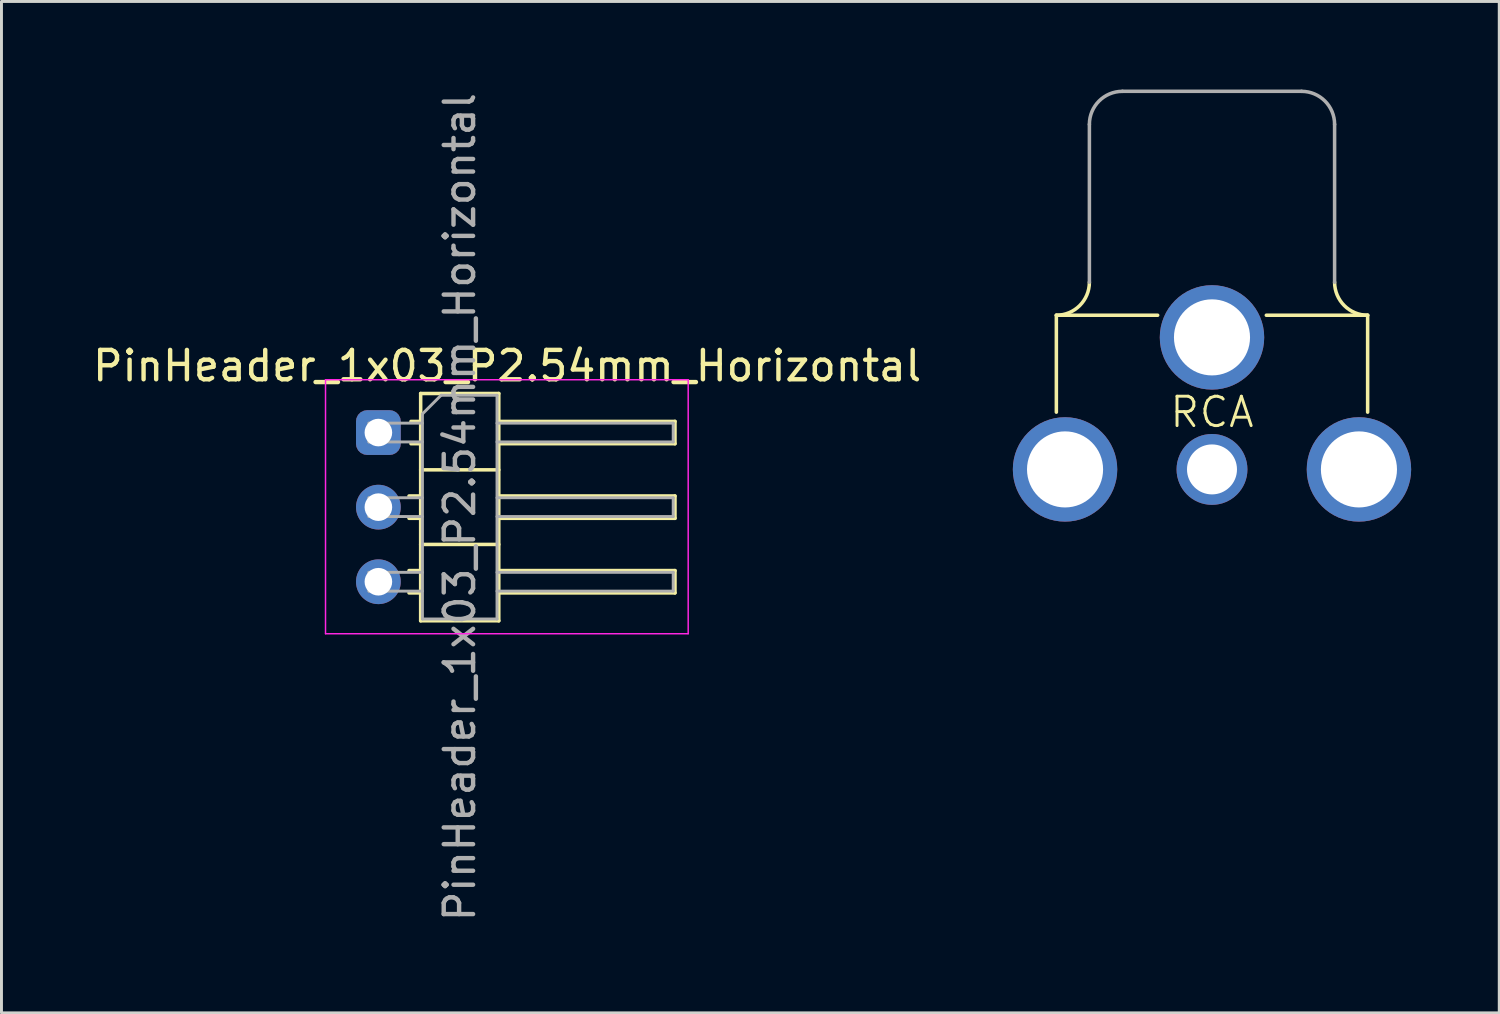
<source format=kicad_pcb>
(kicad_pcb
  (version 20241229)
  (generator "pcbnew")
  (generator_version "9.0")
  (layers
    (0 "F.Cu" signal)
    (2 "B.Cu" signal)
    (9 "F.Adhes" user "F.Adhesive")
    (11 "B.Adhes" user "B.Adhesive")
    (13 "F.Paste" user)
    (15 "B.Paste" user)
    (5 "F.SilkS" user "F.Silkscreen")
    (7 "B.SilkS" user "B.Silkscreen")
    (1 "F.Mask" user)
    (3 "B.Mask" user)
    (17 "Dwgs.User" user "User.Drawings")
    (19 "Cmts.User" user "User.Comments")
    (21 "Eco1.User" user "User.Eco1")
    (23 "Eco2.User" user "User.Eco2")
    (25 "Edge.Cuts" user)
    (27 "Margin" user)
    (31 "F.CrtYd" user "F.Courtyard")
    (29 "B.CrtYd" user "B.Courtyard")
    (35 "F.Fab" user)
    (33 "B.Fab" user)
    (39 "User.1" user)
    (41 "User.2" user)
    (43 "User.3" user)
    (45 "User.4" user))
  (footprint "RCA"
    (layer "F.Cu")
    (at 38.222 12.935)
    (property "Reference" "RCA" (at 0 -1.95 0) (unlocked yes) (layer "F.SilkS") (effects (font (size 1 1) (thickness 0.1))))
    (attr through_hole)
    (fp_line (start -5.3 -1.95) (end -5.3 -5.25) (stroke (width 0.12) (type solid)) (layer "F.SilkS"))
    (fp_line (start -1.85 -5.25) (end -5.3 -5.25) (stroke (width 0.12) (type solid)) (layer "F.SilkS"))
    (fp_line (start 1.85 -5.25) (end 5.3 -5.25) (stroke (width 0.12) (type solid)) (layer "F.SilkS"))
    (fp_line (start 5.3 -5.25) (end 5.3 -1.95) (stroke (width 0.12) (type solid)) (layer "F.SilkS"))
    (fp_arc (start -4.175 -6.375) (mid -4.504505 -5.579505) (end -5.3 -5.25) (stroke (width 0.12) (type solid)) (layer "F.SilkS"))
    (fp_arc (start 5.3 -5.25) (mid 4.504505 -5.579505) (end 4.175 -6.375) (stroke (width 0.12) (type solid)) (layer "F.SilkS"))
    (fp_line (start -4.175 -11.75) (end -4.175 -6.375) (stroke (width 0.12) (type solid)) (layer "F.Fab"))
    (fp_line (start -3.05 -12.875) (end 3.05 -12.875) (stroke (width 0.12) (type solid)) (layer "F.Fab"))
    (fp_line (start 4.175 -11.75) (end 4.175 -6.375) (stroke (width 0.12) (type solid)) (layer "F.Fab"))
    (fp_arc (start -4.175 -11.75) (mid -3.845495 -12.545495) (end -3.05 -12.875) (stroke (width 0.12) (type solid)) (layer "F.Fab"))
    (fp_arc (start 3.05 -12.875) (mid 3.845495 -12.545495) (end 4.175 -11.75) (stroke (width 0.12) (type solid)) (layer "F.Fab"))
    (pad "1" thru_hole circle (at 0 0 180) (size 2.413 2.413) (drill 1.702) (layers "*.Cu" "*.Mask"))
    (pad "2" thru_hole circle (at -5.004 0) (size 3.556 3.556) (drill 2.591) (layers "*.Cu" "*.Mask"))
    (pad "2" thru_hole circle (at 0 -4.496) (size 3.556 3.556) (drill 2.591) (layers "*.Cu" "*.Mask"))
    (pad "2" thru_hole circle (at 5.004 0) (size 3.556 3.556) (drill 2.591) (layers "*.Cu" "*.Mask")))
  (footprint "PinHeader_1x03_P2.54mm_Horizontal"
    (layer "F.Cu")
    (at 9.835 11.68)
    (property "Reference" "PinHeader_1x03_P2.54mm_Horizontal" (at 4.385 -2.27 0) (layer "F.SilkS") (effects (font (size 1 1) (thickness 0.15))))
    (attr through_hole)
    (fp_line (start 1.043 2.16) (end 1.44 2.16) (stroke (width 0.12) (type solid)) (layer "F.SilkS"))
    (fp_line (start 1.043 2.92) (end 1.44 2.92) (stroke (width 0.12) (type solid)) (layer "F.SilkS"))
    (fp_line (start 1.043 4.7) (end 1.44 4.7) (stroke (width 0.12) (type solid)) (layer "F.SilkS"))
    (fp_line (start 1.043 5.46) (end 1.44 5.46) (stroke (width 0.12) (type solid)) (layer "F.SilkS"))
    (fp_line (start 1.11 -0.38) (end 1.44 -0.38) (stroke (width 0.12) (type solid)) (layer "F.SilkS"))
    (fp_line (start 1.11 0.38) (end 1.44 0.38) (stroke (width 0.12) (type solid)) (layer "F.SilkS"))
    (fp_line (start 1.44 -1.33) (end 1.44 6.41) (stroke (width 0.12) (type solid)) (layer "F.SilkS"))
    (fp_line (start 1.44 1.27) (end 4.1 1.27) (stroke (width 0.12) (type solid)) (layer "F.SilkS"))
    (fp_line (start 1.44 3.81) (end 4.1 3.81) (stroke (width 0.12) (type solid)) (layer "F.SilkS"))
    (fp_line (start 1.44 6.41) (end 4.1 6.41) (stroke (width 0.12) (type solid)) (layer "F.SilkS"))
    (fp_line (start 4.1 -1.33) (end 1.44 -1.33) (stroke (width 0.12) (type solid)) (layer "F.SilkS"))
    (fp_line (start 4.1 -0.38) (end 10.1 -0.38) (stroke (width 0.12) (type solid)) (layer "F.SilkS"))
    (fp_line (start 4.1 2.16) (end 10.1 2.16) (stroke (width 0.12) (type solid)) (layer "F.SilkS"))
    (fp_line (start 4.1 4.7) (end 10.1 4.7) (stroke (width 0.12) (type solid)) (layer "F.SilkS"))
    (fp_line (start 4.1 6.41) (end 4.1 -1.33) (stroke (width 0.12) (type solid)) (layer "F.SilkS"))
    (fp_line (start 10.1 -0.38) (end 10.1 0.38) (stroke (width 0.12) (type solid)) (layer "F.SilkS"))
    (fp_line (start 10.1 0.38) (end 4.1 0.38) (stroke (width 0.12) (type solid)) (layer "F.SilkS"))
    (fp_line (start 10.1 2.16) (end 10.1 2.92) (stroke (width 0.12) (type solid)) (layer "F.SilkS"))
    (fp_line (start 10.1 2.92) (end 4.1 2.92) (stroke (width 0.12) (type solid)) (layer "F.SilkS"))
    (fp_line (start 10.1 4.7) (end 10.1 5.46) (stroke (width 0.12) (type solid)) (layer "F.SilkS"))
    (fp_line (start 10.1 5.46) (end 4.1 5.46) (stroke (width 0.12) (type solid)) (layer "F.SilkS"))
    (fp_line (start -1.8 -1.8) (end -1.8 6.85) (stroke (width 0.05) (type solid)) (layer "F.CrtYd"))
    (fp_line (start -1.8 6.85) (end 10.55 6.85) (stroke (width 0.05) (type solid)) (layer "F.CrtYd"))
    (fp_line (start 10.55 -1.8) (end -1.8 -1.8) (stroke (width 0.05) (type solid)) (layer "F.CrtYd"))
    (fp_line (start 10.55 6.85) (end 10.55 -1.8) (stroke (width 0.05) (type solid)) (layer "F.CrtYd"))
    (fp_line (start -0.32 -0.32) (end -0.32 0.32) (stroke (width 0.1) (type solid)) (layer "F.Fab"))
    (fp_line (start -0.32 -0.32) (end 1.5 -0.32) (stroke (width 0.1) (type solid)) (layer "F.Fab"))
    (fp_line (start -0.32 0.32) (end 1.5 0.32) (stroke (width 0.1) (type solid)) (layer "F.Fab"))
    (fp_line (start -0.32 2.22) (end -0.32 2.86) (stroke (width 0.1) (type solid)) (layer "F.Fab"))
    (fp_line (start -0.32 2.22) (end 1.5 2.22) (stroke (width 0.1) (type solid)) (layer "F.Fab"))
    (fp_line (start -0.32 2.86) (end 1.5 2.86) (stroke (width 0.1) (type solid)) (layer "F.Fab"))
    (fp_line (start -0.32 4.76) (end -0.32 5.4) (stroke (width 0.1) (type solid)) (layer "F.Fab"))
    (fp_line (start -0.32 4.76) (end 1.5 4.76) (stroke (width 0.1) (type solid)) (layer "F.Fab"))
    (fp_line (start -0.32 5.4) (end 1.5 5.4) (stroke (width 0.1) (type solid)) (layer "F.Fab"))
    (fp_line (start 1.5 -0.635) (end 2.135 -1.27) (stroke (width 0.1) (type solid)) (layer "F.Fab"))
    (fp_line (start 1.5 6.35) (end 1.5 -0.635) (stroke (width 0.1) (type solid)) (layer "F.Fab"))
    (fp_line (start 2.135 -1.27) (end 4.04 -1.27) (stroke (width 0.1) (type solid)) (layer "F.Fab"))
    (fp_line (start 4.04 -1.27) (end 4.04 6.35) (stroke (width 0.1) (type solid)) (layer "F.Fab"))
    (fp_line (start 4.04 -0.32) (end 10.04 -0.32) (stroke (width 0.1) (type solid)) (layer "F.Fab"))
    (fp_line (start 4.04 0.32) (end 10.04 0.32) (stroke (width 0.1) (type solid)) (layer "F.Fab"))
    (fp_line (start 4.04 2.22) (end 10.04 2.22) (stroke (width 0.1) (type solid)) (layer "F.Fab"))
    (fp_line (start 4.04 2.86) (end 10.04 2.86) (stroke (width 0.1) (type solid)) (layer "F.Fab"))
    (fp_line (start 4.04 4.76) (end 10.04 4.76) (stroke (width 0.1) (type solid)) (layer "F.Fab"))
    (fp_line (start 4.04 5.4) (end 10.04 5.4) (stroke (width 0.1) (type solid)) (layer "F.Fab"))
    (fp_line (start 4.04 6.35) (end 1.5 6.35) (stroke (width 0.1) (type solid)) (layer "F.Fab"))
    (fp_line (start 10.04 -0.32) (end 10.04 0.32) (stroke (width 0.1) (type solid)) (layer "F.Fab"))
    (fp_line (start 10.04 2.22) (end 10.04 2.86) (stroke (width 0.1) (type solid)) (layer "F.Fab"))
    (fp_line (start 10.04 4.76) (end 10.04 5.4) (stroke (width 0.1) (type solid)) (layer "F.Fab"))
    (fp_text user "${REFERENCE}" (at 2.77 2.54 90) (layer "F.Fab") (effects (font (size 1 1) (thickness 0.15))))
    (pad "1" thru_hole roundrect (at 0 0) (size 1.524 1.524) (drill 0.94) (layers "*.Cu" "*.Mask") (roundrect_rratio 0.25))
    (pad "2" thru_hole circle (at 0 2.54) (size 1.524 1.524) (drill 0.94) (layers "*.Cu" "*.Mask"))
    (pad "3" thru_hole circle (at 0 5.08) (size 1.524 1.524) (drill 0.94) (layers "*.Cu" "*.Mask")))
  (gr_rect
    (start -3 -3)
    (end 48.004 31.44)
    (stroke (width 0.1) (type default))
    (fill no)
    (layer "Edge.Cuts")))
</source>
